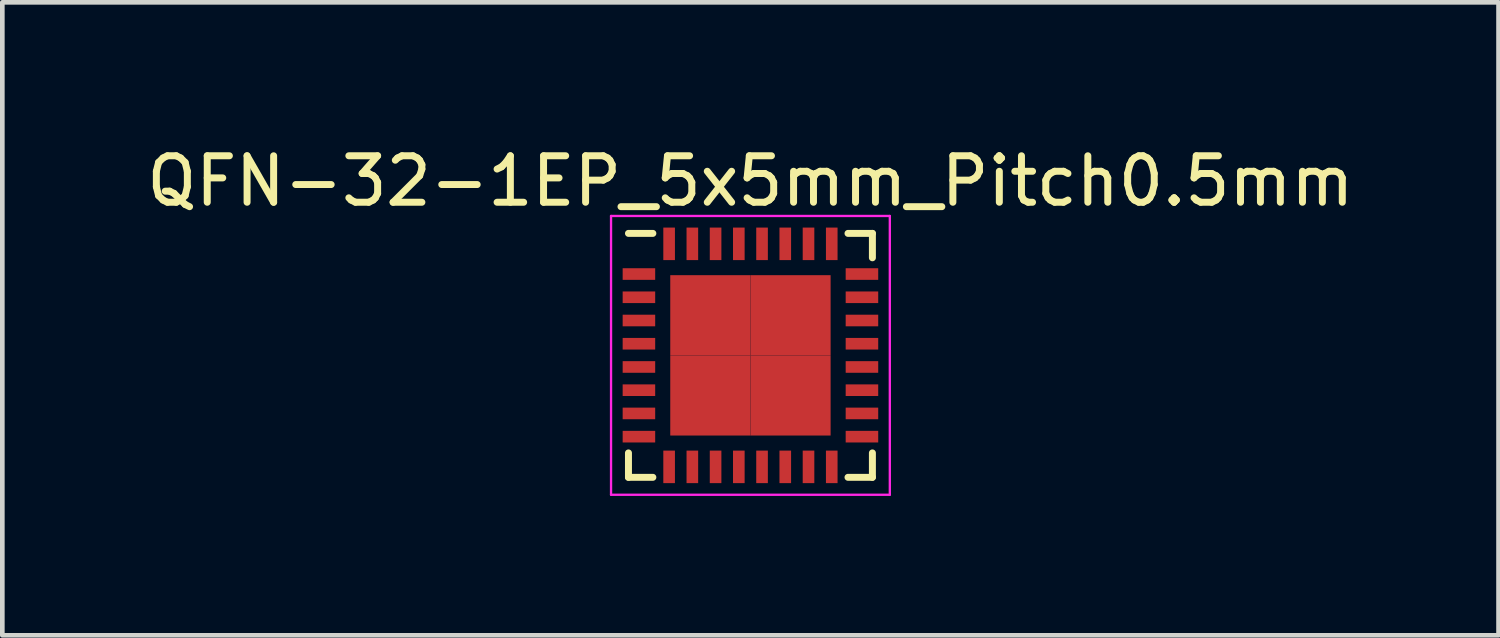
<source format=kicad_pcb>
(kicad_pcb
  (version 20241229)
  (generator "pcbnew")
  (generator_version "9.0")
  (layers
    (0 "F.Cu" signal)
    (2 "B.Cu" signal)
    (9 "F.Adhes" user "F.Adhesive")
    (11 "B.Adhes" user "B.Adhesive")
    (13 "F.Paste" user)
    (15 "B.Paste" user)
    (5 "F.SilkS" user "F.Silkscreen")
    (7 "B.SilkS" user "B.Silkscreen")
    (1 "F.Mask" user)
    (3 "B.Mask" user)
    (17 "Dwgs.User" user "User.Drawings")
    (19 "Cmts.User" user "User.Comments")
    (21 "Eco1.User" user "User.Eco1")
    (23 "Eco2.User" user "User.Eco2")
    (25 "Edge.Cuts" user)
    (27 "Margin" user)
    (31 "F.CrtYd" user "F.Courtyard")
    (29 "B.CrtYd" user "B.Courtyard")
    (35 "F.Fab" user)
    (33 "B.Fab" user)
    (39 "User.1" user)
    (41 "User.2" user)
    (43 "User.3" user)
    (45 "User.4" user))
  (footprint "QFN-32-1EP_5x5mm_Pitch0.5mm"
    (layer "F.Cu")
    (at 13.101 4.598)
    (property "Reference" "QFN-32-1EP_5x5mm_Pitch0.5mm" (at 0 -3.75 0) (layer "F.SilkS") (effects (font (size 1 1) (thickness 0.15))))
    (attr smd)
    (fp_line (start -2.625 -2.625) (end -2.1 -2.625) (stroke (width 0.15) (type solid)) (layer "F.SilkS"))
    (fp_line (start -2.625 2.625) (end -2.625 2.1) (stroke (width 0.15) (type solid)) (layer "F.SilkS"))
    (fp_line (start -2.625 2.625) (end -2.1 2.625) (stroke (width 0.15) (type solid)) (layer "F.SilkS"))
    (fp_line (start 2.625 -2.625) (end 2.1 -2.625) (stroke (width 0.15) (type solid)) (layer "F.SilkS"))
    (fp_line (start 2.625 -2.625) (end 2.625 -2.1) (stroke (width 0.15) (type solid)) (layer "F.SilkS"))
    (fp_line (start 2.625 2.625) (end 2.1 2.625) (stroke (width 0.15) (type solid)) (layer "F.SilkS"))
    (fp_line (start 2.625 2.625) (end 2.625 2.1) (stroke (width 0.15) (type solid)) (layer "F.SilkS"))
    (fp_line (start -3 -3) (end -3 3) (stroke (width 0.05) (type solid)) (layer "F.CrtYd"))
    (fp_line (start -3 -3) (end 3 -3) (stroke (width 0.05) (type solid)) (layer "F.CrtYd"))
    (fp_line (start -3 3) (end 3 3) (stroke (width 0.05) (type solid)) (layer "F.CrtYd"))
    (fp_line (start 3 -3) (end 3 3) (stroke (width 0.05) (type solid)) (layer "F.CrtYd"))
    (pad "1" smd rect (at -2.4 -1.75) (size 0.7 0.25) (layers "F.Cu" "F.Mask" "F.Paste"))
    (pad "2" smd rect (at -2.4 -1.25) (size 0.7 0.25) (layers "F.Cu" "F.Mask" "F.Paste"))
    (pad "3" smd rect (at -2.4 -0.75) (size 0.7 0.25) (layers "F.Cu" "F.Mask" "F.Paste"))
    (pad "4" smd rect (at -2.4 -0.25) (size 0.7 0.25) (layers "F.Cu" "F.Mask" "F.Paste"))
    (pad "5" smd rect (at -2.4 0.25) (size 0.7 0.25) (layers "F.Cu" "F.Mask" "F.Paste"))
    (pad "6" smd rect (at -2.4 0.75) (size 0.7 0.25) (layers "F.Cu" "F.Mask" "F.Paste"))
    (pad "7" smd rect (at -2.4 1.25) (size 0.7 0.25) (layers "F.Cu" "F.Mask" "F.Paste"))
    (pad "8" smd rect (at -2.4 1.75) (size 0.7 0.25) (layers "F.Cu" "F.Mask" "F.Paste"))
    (pad "9" smd rect (at -1.75 2.4 90) (size 0.7 0.25) (layers "F.Cu" "F.Mask" "F.Paste"))
    (pad "10" smd rect (at -1.25 2.4 90) (size 0.7 0.25) (layers "F.Cu" "F.Mask" "F.Paste"))
    (pad "11" smd rect (at -0.75 2.4 90) (size 0.7 0.25) (layers "F.Cu" "F.Mask" "F.Paste"))
    (pad "12" smd rect (at -0.25 2.4 90) (size 0.7 0.25) (layers "F.Cu" "F.Mask" "F.Paste"))
    (pad "13" smd rect (at 0.25 2.4 90) (size 0.7 0.25) (layers "F.Cu" "F.Mask" "F.Paste"))
    (pad "14" smd rect (at 0.75 2.4 90) (size 0.7 0.25) (layers "F.Cu" "F.Mask" "F.Paste"))
    (pad "15" smd rect (at 1.25 2.4 90) (size 0.7 0.25) (layers "F.Cu" "F.Mask" "F.Paste"))
    (pad "16" smd rect (at 1.75 2.4 90) (size 0.7 0.25) (layers "F.Cu" "F.Mask" "F.Paste"))
    (pad "17" smd rect (at 2.4 1.75) (size 0.7 0.25) (layers "F.Cu" "F.Mask" "F.Paste"))
    (pad "18" smd rect (at 2.4 1.25) (size 0.7 0.25) (layers "F.Cu" "F.Mask" "F.Paste"))
    (pad "19" smd rect (at 2.4 0.75) (size 0.7 0.25) (layers "F.Cu" "F.Mask" "F.Paste"))
    (pad "20" smd rect (at 2.4 0.25) (size 0.7 0.25) (layers "F.Cu" "F.Mask" "F.Paste"))
    (pad "21" smd rect (at 2.4 -0.25) (size 0.7 0.25) (layers "F.Cu" "F.Mask" "F.Paste"))
    (pad "22" smd rect (at 2.4 -0.75) (size 0.7 0.25) (layers "F.Cu" "F.Mask" "F.Paste"))
    (pad "23" smd rect (at 2.4 -1.25) (size 0.7 0.25) (layers "F.Cu" "F.Mask" "F.Paste"))
    (pad "24" smd rect (at 2.4 -1.75) (size 0.7 0.25) (layers "F.Cu" "F.Mask" "F.Paste"))
    (pad "25" smd rect (at 1.75 -2.4 90) (size 0.7 0.25) (layers "F.Cu" "F.Mask" "F.Paste"))
    (pad "26" smd rect (at 1.25 -2.4 90) (size 0.7 0.25) (layers "F.Cu" "F.Mask" "F.Paste"))
    (pad "27" smd rect (at 0.75 -2.4 90) (size 0.7 0.25) (layers "F.Cu" "F.Mask" "F.Paste"))
    (pad "28" smd rect (at 0.25 -2.4 90) (size 0.7 0.25) (layers "F.Cu" "F.Mask" "F.Paste"))
    (pad "29" smd rect (at -0.25 -2.4 90) (size 0.7 0.25) (layers "F.Cu" "F.Mask" "F.Paste"))
    (pad "30" smd rect (at -0.75 -2.4 90) (size 0.7 0.25) (layers "F.Cu" "F.Mask" "F.Paste"))
    (pad "31" smd rect (at -1.25 -2.4 90) (size 0.7 0.25) (layers "F.Cu" "F.Mask" "F.Paste"))
    (pad "32" smd rect (at -1.75 -2.4 90) (size 0.7 0.25) (layers "F.Cu" "F.Mask" "F.Paste"))
    (pad "33" smd rect (at -0.863 -0.863) (size 1.725 1.725) (layers "F.Cu" "F.Mask" "F.Paste"))
    (pad "33" smd rect (at -0.863 0.863) (size 1.725 1.725) (layers "F.Cu" "F.Mask" "F.Paste"))
    (pad "33" smd rect (at 0.863 -0.863) (size 1.725 1.725) (layers "F.Cu" "F.Mask" "F.Paste"))
    (pad "33" smd rect (at 0.863 0.863) (size 1.725 1.725) (layers "F.Cu" "F.Mask" "F.Paste")))
  (gr_rect
    (start -3 -3)
    (end 29.202 10.623)
    (stroke (width 0.1) (type default))
    (fill no)
    (layer "Edge.Cuts")))
</source>
